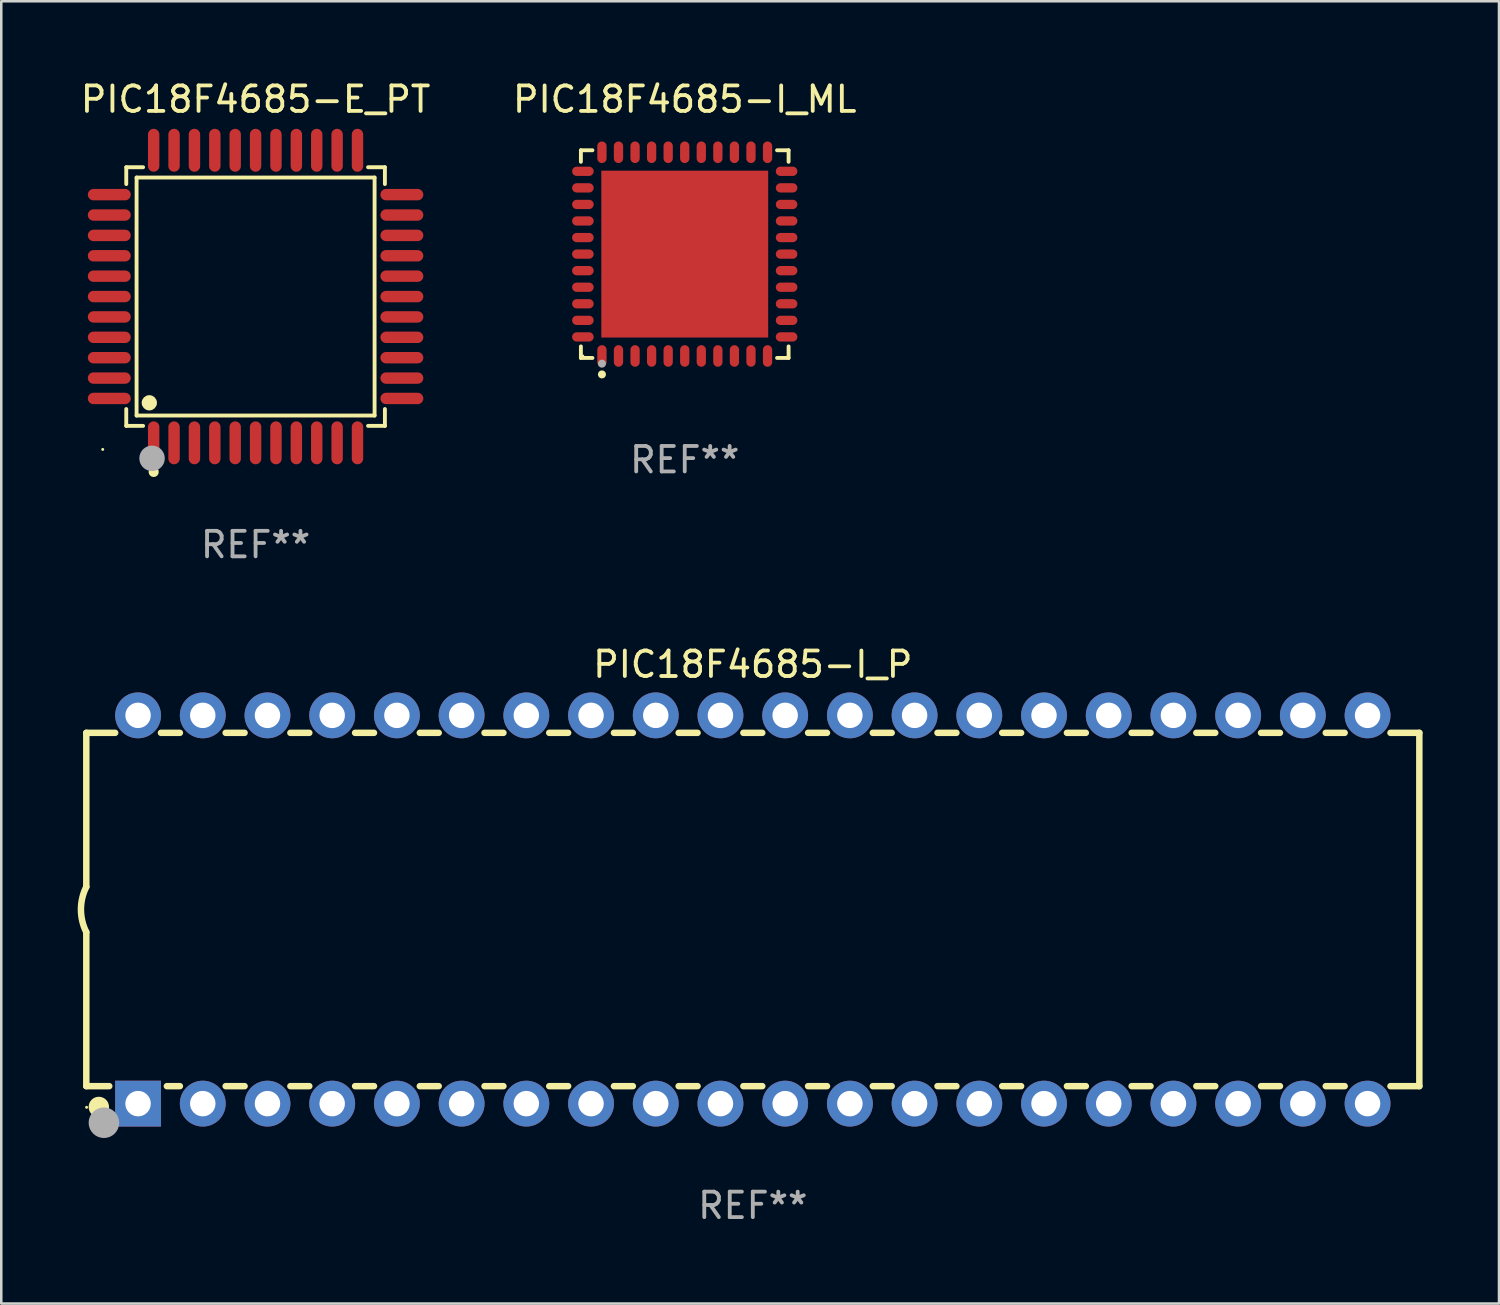
<source format=kicad_pcb>
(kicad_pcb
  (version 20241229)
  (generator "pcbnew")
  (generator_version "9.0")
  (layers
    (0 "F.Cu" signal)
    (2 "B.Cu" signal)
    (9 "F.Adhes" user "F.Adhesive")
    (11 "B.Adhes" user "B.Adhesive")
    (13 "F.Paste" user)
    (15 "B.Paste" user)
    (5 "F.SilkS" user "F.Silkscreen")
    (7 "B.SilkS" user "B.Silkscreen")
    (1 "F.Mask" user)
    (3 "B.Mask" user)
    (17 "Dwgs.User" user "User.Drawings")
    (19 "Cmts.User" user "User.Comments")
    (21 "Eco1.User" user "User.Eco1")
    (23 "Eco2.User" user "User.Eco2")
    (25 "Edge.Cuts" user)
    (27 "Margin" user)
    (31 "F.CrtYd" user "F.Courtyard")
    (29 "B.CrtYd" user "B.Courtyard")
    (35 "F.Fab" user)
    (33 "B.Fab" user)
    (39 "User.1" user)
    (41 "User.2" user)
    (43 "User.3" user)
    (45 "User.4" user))
  (footprint "PIC18F4685-E_PT"
    (layer "F.Cu")
    (at 6.982 8.59)
    (property "Reference" "PIC18F4685-E_PT" (at 0 -7.742 0) (layer "F.SilkS") (effects (font (size 1 1) (thickness 0.15))))
    (attr through_hole)
    (fp_line (start -5.076 -5.076) (end -4.415 -5.076) (stroke (width 0.152) (type solid)) (layer "F.SilkS"))
    (fp_line (start -5.076 -4.415) (end -5.076 -5.076) (stroke (width 0.152) (type solid)) (layer "F.SilkS"))
    (fp_line (start -5.076 4.415) (end -5.076 5.076) (stroke (width 0.152) (type solid)) (layer "F.SilkS"))
    (fp_line (start -5.076 5.076) (end -4.415 5.076) (stroke (width 0.152) (type solid)) (layer "F.SilkS"))
    (fp_line (start -4.671 -4.671) (end 4.671 -4.671) (stroke (width 0.152) (type solid)) (layer "F.SilkS"))
    (fp_line (start -4.671 4.671) (end -4.671 -4.671) (stroke (width 0.152) (type solid)) (layer "F.SilkS"))
    (fp_line (start 4.671 -4.671) (end 4.671 4.671) (stroke (width 0.152) (type solid)) (layer "F.SilkS"))
    (fp_line (start 4.671 4.671) (end -4.671 4.671) (stroke (width 0.152) (type solid)) (layer "F.SilkS"))
    (fp_line (start 5.076 -5.076) (end 4.415 -5.076) (stroke (width 0.152) (type solid)) (layer "F.SilkS"))
    (fp_line (start 5.076 -4.415) (end 5.076 -5.076) (stroke (width 0.152) (type solid)) (layer "F.SilkS"))
    (fp_line (start 5.076 4.415) (end 5.076 5.076) (stroke (width 0.152) (type solid)) (layer "F.SilkS"))
    (fp_line (start 5.076 5.076) (end 4.415 5.076) (stroke (width 0.152) (type solid)) (layer "F.SilkS"))
    (fp_circle (center -6 6) (end -5.97 6) (stroke (width 0.06) (type solid)) (fill no) (layer "F.SilkS"))
    (fp_circle (center -4.171 4.171) (end -4.021 4.171) (stroke (width 0.3) (type solid)) (fill no) (layer "F.SilkS"))
    (fp_circle (center -4 6.884) (end -3.9 6.884) (stroke (width 0.2) (type solid)) (fill no) (layer "F.SilkS"))
    (fp_circle (center -4.064 6.35) (end -3.814 6.35) (stroke (width 0.5) (type solid)) (fill no) (layer "F.Fab"))
    (fp_text user "REF**" (at 0 9.742 0) (layer "F.Fab") (effects (font (size 1 1) (thickness 0.15))))
    (pad "1" smd oval (at -4 5.742) (size 0.448 1.684) (layers "F.Cu" "F.Mask" "F.Paste"))
    (pad "2" smd oval (at -3.2 5.742) (size 0.448 1.684) (layers "F.Cu" "F.Mask" "F.Paste"))
    (pad "3" smd oval (at -2.4 5.742) (size 0.448 1.684) (layers "F.Cu" "F.Mask" "F.Paste"))
    (pad "4" smd oval (at -1.6 5.742) (size 0.448 1.684) (layers "F.Cu" "F.Mask" "F.Paste"))
    (pad "5" smd oval (at -0.8 5.742) (size 0.448 1.684) (layers "F.Cu" "F.Mask" "F.Paste"))
    (pad "6" smd oval (at 0 5.742) (size 0.448 1.684) (layers "F.Cu" "F.Mask" "F.Paste"))
    (pad "7" smd oval (at 0.8 5.742) (size 0.448 1.684) (layers "F.Cu" "F.Mask" "F.Paste"))
    (pad "8" smd oval (at 1.6 5.742) (size 0.448 1.684) (layers "F.Cu" "F.Mask" "F.Paste"))
    (pad "9" smd oval (at 2.4 5.742) (size 0.448 1.684) (layers "F.Cu" "F.Mask" "F.Paste"))
    (pad "10" smd oval (at 3.2 5.742) (size 0.448 1.684) (layers "F.Cu" "F.Mask" "F.Paste"))
    (pad "11" smd oval (at 4 5.742) (size 0.448 1.684) (layers "F.Cu" "F.Mask" "F.Paste"))
    (pad "12" smd oval (at 5.742 4) (size 1.684 0.448) (layers "F.Cu" "F.Mask" "F.Paste"))
    (pad "13" smd oval (at 5.742 3.2) (size 1.684 0.448) (layers "F.Cu" "F.Mask" "F.Paste"))
    (pad "14" smd oval (at 5.742 2.4) (size 1.684 0.448) (layers "F.Cu" "F.Mask" "F.Paste"))
    (pad "15" smd oval (at 5.742 1.6) (size 1.684 0.448) (layers "F.Cu" "F.Mask" "F.Paste"))
    (pad "16" smd oval (at 5.742 0.8) (size 1.684 0.448) (layers "F.Cu" "F.Mask" "F.Paste"))
    (pad "17" smd oval (at 5.742 0) (size 1.684 0.448) (layers "F.Cu" "F.Mask" "F.Paste"))
    (pad "18" smd oval (at 5.742 -0.8) (size 1.684 0.448) (layers "F.Cu" "F.Mask" "F.Paste"))
    (pad "19" smd oval (at 5.742 -1.6) (size 1.684 0.448) (layers "F.Cu" "F.Mask" "F.Paste"))
    (pad "20" smd oval (at 5.742 -2.4) (size 1.684 0.448) (layers "F.Cu" "F.Mask" "F.Paste"))
    (pad "21" smd oval (at 5.742 -3.2) (size 1.684 0.448) (layers "F.Cu" "F.Mask" "F.Paste"))
    (pad "22" smd oval (at 5.742 -4) (size 1.684 0.448) (layers "F.Cu" "F.Mask" "F.Paste"))
    (pad "23" smd oval (at 4 -5.742) (size 0.448 1.684) (layers "F.Cu" "F.Mask" "F.Paste"))
    (pad "24" smd oval (at 3.2 -5.742) (size 0.448 1.684) (layers "F.Cu" "F.Mask" "F.Paste"))
    (pad "25" smd oval (at 2.4 -5.742) (size 0.448 1.684) (layers "F.Cu" "F.Mask" "F.Paste"))
    (pad "26" smd oval (at 1.6 -5.742) (size 0.448 1.684) (layers "F.Cu" "F.Mask" "F.Paste"))
    (pad "27" smd oval (at 0.8 -5.742) (size 0.448 1.684) (layers "F.Cu" "F.Mask" "F.Paste"))
    (pad "28" smd oval (at 0 -5.742) (size 0.448 1.684) (layers "F.Cu" "F.Mask" "F.Paste"))
    (pad "29" smd oval (at -0.8 -5.742) (size 0.448 1.684) (layers "F.Cu" "F.Mask" "F.Paste"))
    (pad "30" smd oval (at -1.6 -5.742) (size 0.448 1.684) (layers "F.Cu" "F.Mask" "F.Paste"))
    (pad "31" smd oval (at -2.4 -5.742) (size 0.448 1.684) (layers "F.Cu" "F.Mask" "F.Paste"))
    (pad "32" smd oval (at -3.2 -5.742) (size 0.448 1.684) (layers "F.Cu" "F.Mask" "F.Paste"))
    (pad "33" smd oval (at -4 -5.742) (size 0.448 1.684) (layers "F.Cu" "F.Mask" "F.Paste"))
    (pad "34" smd oval (at -5.742 -4) (size 1.684 0.448) (layers "F.Cu" "F.Mask" "F.Paste"))
    (pad "35" smd oval (at -5.742 -3.2) (size 1.684 0.448) (layers "F.Cu" "F.Mask" "F.Paste"))
    (pad "36" smd oval (at -5.742 -2.4) (size 1.684 0.448) (layers "F.Cu" "F.Mask" "F.Paste"))
    (pad "37" smd oval (at -5.742 -1.6) (size 1.684 0.448) (layers "F.Cu" "F.Mask" "F.Paste"))
    (pad "38" smd oval (at -5.742 -0.8) (size 1.684 0.448) (layers "F.Cu" "F.Mask" "F.Paste"))
    (pad "39" smd oval (at -5.742 0) (size 1.684 0.448) (layers "F.Cu" "F.Mask" "F.Paste"))
    (pad "40" smd oval (at -5.742 0.8) (size 1.684 0.448) (layers "F.Cu" "F.Mask" "F.Paste"))
    (pad "41" smd oval (at -5.742 1.6) (size 1.684 0.448) (layers "F.Cu" "F.Mask" "F.Paste"))
    (pad "42" smd oval (at -5.742 2.4) (size 1.684 0.448) (layers "F.Cu" "F.Mask" "F.Paste"))
    (pad "43" smd oval (at -5.742 3.2) (size 1.684 0.448) (layers "F.Cu" "F.Mask" "F.Paste"))
    (pad "44" smd oval (at -5.742 4) (size 1.684 0.448) (layers "F.Cu" "F.Mask" "F.Paste")))
  (footprint "PIC18F4685-I_P"
    (layer "F.Cu")
    (at 26.499 32.649)
    (property "Reference" "PIC18F4685-I_P" (at 0 -9.62 0) (layer "F.SilkS") (effects (font (size 1 1) (thickness 0.15))))
    (attr through_hole)
    (fp_line (start -26.162 -6.934) (end -26.162 -0.889) (stroke (width 0.254) (type solid)) (layer "F.SilkS"))
    (fp_line (start -26.162 -6.934) (end -25.029 -6.934) (stroke (width 0.254) (type solid)) (layer "F.SilkS"))
    (fp_line (start -26.162 6.934) (end -26.162 0.889) (stroke (width 0.254) (type solid)) (layer "F.SilkS"))
    (fp_line (start -26.162 6.934) (end -25.261 6.934) (stroke (width 0.254) (type solid)) (layer "F.SilkS"))
    (fp_line (start -23.231 -6.934) (end -22.489 -6.934) (stroke (width 0.254) (type solid)) (layer "F.SilkS"))
    (fp_line (start -22.999 6.934) (end -22.489 6.934) (stroke (width 0.254) (type solid)) (layer "F.SilkS"))
    (fp_line (start -20.691 -6.934) (end -19.949 -6.934) (stroke (width 0.254) (type solid)) (layer "F.SilkS"))
    (fp_line (start -20.691 6.934) (end -19.949 6.934) (stroke (width 0.254) (type solid)) (layer "F.SilkS"))
    (fp_line (start -18.151 -6.934) (end -17.409 -6.934) (stroke (width 0.254) (type solid)) (layer "F.SilkS"))
    (fp_line (start -18.151 6.934) (end -17.409 6.934) (stroke (width 0.254) (type solid)) (layer "F.SilkS"))
    (fp_line (start -15.611 -6.934) (end -14.869 -6.934) (stroke (width 0.254) (type solid)) (layer "F.SilkS"))
    (fp_line (start -15.611 6.934) (end -14.869 6.934) (stroke (width 0.254) (type solid)) (layer "F.SilkS"))
    (fp_line (start -13.071 -6.934) (end -12.329 -6.934) (stroke (width 0.254) (type solid)) (layer "F.SilkS"))
    (fp_line (start -13.071 6.934) (end -12.329 6.934) (stroke (width 0.254) (type solid)) (layer "F.SilkS"))
    (fp_line (start -10.531 -6.934) (end -9.789 -6.934) (stroke (width 0.254) (type solid)) (layer "F.SilkS"))
    (fp_line (start -10.531 6.934) (end -9.789 6.934) (stroke (width 0.254) (type solid)) (layer "F.SilkS"))
    (fp_line (start -7.991 -6.934) (end -7.249 -6.934) (stroke (width 0.254) (type solid)) (layer "F.SilkS"))
    (fp_line (start -7.991 6.934) (end -7.249 6.934) (stroke (width 0.254) (type solid)) (layer "F.SilkS"))
    (fp_line (start -5.451 -6.934) (end -4.709 -6.934) (stroke (width 0.254) (type solid)) (layer "F.SilkS"))
    (fp_line (start -5.451 6.934) (end -4.709 6.934) (stroke (width 0.254) (type solid)) (layer "F.SilkS"))
    (fp_line (start -2.911 -6.934) (end -2.169 -6.934) (stroke (width 0.254) (type solid)) (layer "F.SilkS"))
    (fp_line (start -2.911 6.934) (end -2.169 6.934) (stroke (width 0.254) (type solid)) (layer "F.SilkS"))
    (fp_line (start -0.371 -6.934) (end 0.371 -6.934) (stroke (width 0.254) (type solid)) (layer "F.SilkS"))
    (fp_line (start -0.371 6.934) (end 0.371 6.934) (stroke (width 0.254) (type solid)) (layer "F.SilkS"))
    (fp_line (start 2.169 -6.934) (end 2.911 -6.934) (stroke (width 0.254) (type solid)) (layer "F.SilkS"))
    (fp_line (start 2.169 6.934) (end 2.911 6.934) (stroke (width 0.254) (type solid)) (layer "F.SilkS"))
    (fp_line (start 4.709 -6.934) (end 5.451 -6.934) (stroke (width 0.254) (type solid)) (layer "F.SilkS"))
    (fp_line (start 4.709 6.934) (end 5.451 6.934) (stroke (width 0.254) (type solid)) (layer "F.SilkS"))
    (fp_line (start 7.249 -6.934) (end 7.991 -6.934) (stroke (width 0.254) (type solid)) (layer "F.SilkS"))
    (fp_line (start 7.249 6.934) (end 7.991 6.934) (stroke (width 0.254) (type solid)) (layer "F.SilkS"))
    (fp_line (start 9.789 -6.934) (end 10.531 -6.934) (stroke (width 0.254) (type solid)) (layer "F.SilkS"))
    (fp_line (start 9.789 6.934) (end 10.531 6.934) (stroke (width 0.254) (type solid)) (layer "F.SilkS"))
    (fp_line (start 12.329 -6.934) (end 13.071 -6.934) (stroke (width 0.254) (type solid)) (layer "F.SilkS"))
    (fp_line (start 12.329 6.934) (end 13.071 6.934) (stroke (width 0.254) (type solid)) (layer "F.SilkS"))
    (fp_line (start 14.869 -6.934) (end 15.611 -6.934) (stroke (width 0.254) (type solid)) (layer "F.SilkS"))
    (fp_line (start 14.869 6.934) (end 15.611 6.934) (stroke (width 0.254) (type solid)) (layer "F.SilkS"))
    (fp_line (start 17.409 -6.934) (end 18.151 -6.934) (stroke (width 0.254) (type solid)) (layer "F.SilkS"))
    (fp_line (start 17.409 6.934) (end 18.151 6.934) (stroke (width 0.254) (type solid)) (layer "F.SilkS"))
    (fp_line (start 19.949 -6.934) (end 20.691 -6.934) (stroke (width 0.254) (type solid)) (layer "F.SilkS"))
    (fp_line (start 19.949 6.934) (end 20.691 6.934) (stroke (width 0.254) (type solid)) (layer "F.SilkS"))
    (fp_line (start 22.489 -6.934) (end 23.231 -6.934) (stroke (width 0.254) (type solid)) (layer "F.SilkS"))
    (fp_line (start 22.489 6.934) (end 23.231 6.934) (stroke (width 0.254) (type solid)) (layer "F.SilkS"))
    (fp_line (start 25.029 -6.934) (end 26.162 -6.934) (stroke (width 0.254) (type solid)) (layer "F.SilkS"))
    (fp_line (start 25.029 6.934) (end 26.162 6.934) (stroke (width 0.254) (type solid)) (layer "F.SilkS"))
    (fp_line (start 26.162 -6.934) (end 26.162 6.934) (stroke (width 0.254) (type solid)) (layer "F.SilkS"))
    (fp_arc (start -26.162052 0.889001) (mid -26.371917 0) (end -26.162052 -0.889002) (stroke (width 0.254001) (type solid)) (layer "F.SilkS"))
    (fp_circle (center -26.15 7.765) (end -26.12 7.765) (stroke (width 0.06) (type solid)) (fill no) (layer "F.SilkS"))
    (fp_circle (center -25.67 7.75) (end -25.47 7.75) (stroke (width 0.4) (type solid)) (fill no) (layer "F.SilkS"))
    (fp_circle (center -25.47 8.37) (end -25.17 8.37) (stroke (width 0.6) (type solid)) (fill no) (layer "F.Fab"))
    (fp_text user "REF**" (at 0 11.62 0) (layer "F.Fab") (effects (font (size 1 1) (thickness 0.15))))
    (pad "1" thru_hole rect (at -24.13 7.62) (size 1.8 1.8) (drill 1) (layers "*.Cu" "*.Mask"))
    (pad "2" thru_hole circle (at -21.59 7.62) (size 1.8 1.8) (drill 1) (layers "*.Cu" "*.Mask"))
    (pad "3" thru_hole circle (at -19.05 7.62) (size 1.8 1.8) (drill 1) (layers "*.Cu" "*.Mask"))
    (pad "4" thru_hole circle (at -16.51 7.62) (size 1.8 1.8) (drill 1) (layers "*.Cu" "*.Mask"))
    (pad "5" thru_hole circle (at -13.97 7.62) (size 1.8 1.8) (drill 1) (layers "*.Cu" "*.Mask"))
    (pad "6" thru_hole circle (at -11.43 7.62) (size 1.8 1.8) (drill 1) (layers "*.Cu" "*.Mask"))
    (pad "7" thru_hole circle (at -8.89 7.62) (size 1.8 1.8) (drill 1) (layers "*.Cu" "*.Mask"))
    (pad "8" thru_hole circle (at -6.35 7.62) (size 1.8 1.8) (drill 1) (layers "*.Cu" "*.Mask"))
    (pad "9" thru_hole circle (at -3.81 7.62) (size 1.8 1.8) (drill 1) (layers "*.Cu" "*.Mask"))
    (pad "10" thru_hole circle (at -1.27 7.62) (size 1.8 1.8) (drill 1) (layers "*.Cu" "*.Mask"))
    (pad "11" thru_hole circle (at 1.27 7.62) (size 1.8 1.8) (drill 1) (layers "*.Cu" "*.Mask"))
    (pad "12" thru_hole circle (at 3.81 7.62) (size 1.8 1.8) (drill 1) (layers "*.Cu" "*.Mask"))
    (pad "13" thru_hole circle (at 6.35 7.62) (size 1.8 1.8) (drill 1) (layers "*.Cu" "*.Mask"))
    (pad "14" thru_hole circle (at 8.89 7.62) (size 1.8 1.8) (drill 1) (layers "*.Cu" "*.Mask"))
    (pad "15" thru_hole circle (at 11.43 7.62) (size 1.8 1.8) (drill 1) (layers "*.Cu" "*.Mask"))
    (pad "16" thru_hole circle (at 13.97 7.62) (size 1.8 1.8) (drill 1) (layers "*.Cu" "*.Mask"))
    (pad "17" thru_hole circle (at 16.51 7.62) (size 1.8 1.8) (drill 1) (layers "*.Cu" "*.Mask"))
    (pad "18" thru_hole circle (at 19.05 7.62) (size 1.8 1.8) (drill 1) (layers "*.Cu" "*.Mask"))
    (pad "19" thru_hole circle (at 21.59 7.62) (size 1.8 1.8) (drill 1) (layers "*.Cu" "*.Mask"))
    (pad "20" thru_hole circle (at 24.13 7.62) (size 1.8 1.8) (drill 1) (layers "*.Cu" "*.Mask"))
    (pad "21" thru_hole circle (at 24.13 -7.62) (size 1.8 1.8) (drill 1) (layers "*.Cu" "*.Mask"))
    (pad "22" thru_hole circle (at 21.59 -7.62) (size 1.8 1.8) (drill 1) (layers "*.Cu" "*.Mask"))
    (pad "23" thru_hole circle (at 19.05 -7.62) (size 1.8 1.8) (drill 1) (layers "*.Cu" "*.Mask"))
    (pad "24" thru_hole circle (at 16.51 -7.62) (size 1.8 1.8) (drill 1) (layers "*.Cu" "*.Mask"))
    (pad "25" thru_hole circle (at 13.97 -7.62) (size 1.8 1.8) (drill 1) (layers "*.Cu" "*.Mask"))
    (pad "26" thru_hole circle (at 11.43 -7.62) (size 1.8 1.8) (drill 1) (layers "*.Cu" "*.Mask"))
    (pad "27" thru_hole circle (at 8.89 -7.62) (size 1.8 1.8) (drill 1) (layers "*.Cu" "*.Mask"))
    (pad "28" thru_hole circle (at 6.35 -7.62) (size 1.8 1.8) (drill 1) (layers "*.Cu" "*.Mask"))
    (pad "29" thru_hole circle (at 3.81 -7.62) (size 1.8 1.8) (drill 1) (layers "*.Cu" "*.Mask"))
    (pad "30" thru_hole circle (at 1.27 -7.62) (size 1.8 1.8) (drill 1) (layers "*.Cu" "*.Mask"))
    (pad "31" thru_hole circle (at -1.27 -7.62) (size 1.8 1.8) (drill 1) (layers "*.Cu" "*.Mask"))
    (pad "32" thru_hole circle (at -3.81 -7.62) (size 1.8 1.8) (drill 1) (layers "*.Cu" "*.Mask"))
    (pad "33" thru_hole circle (at -6.35 -7.62) (size 1.8 1.8) (drill 1) (layers "*.Cu" "*.Mask"))
    (pad "34" thru_hole circle (at -8.89 -7.62) (size 1.8 1.8) (drill 1) (layers "*.Cu" "*.Mask"))
    (pad "35" thru_hole circle (at -11.43 -7.62) (size 1.8 1.8) (drill 1) (layers "*.Cu" "*.Mask"))
    (pad "36" thru_hole circle (at -13.97 -7.62) (size 1.8 1.8) (drill 1) (layers "*.Cu" "*.Mask"))
    (pad "37" thru_hole circle (at -16.51 -7.62) (size 1.8 1.8) (drill 1) (layers "*.Cu" "*.Mask"))
    (pad "38" thru_hole circle (at -19.05 -7.62) (size 1.8 1.8) (drill 1) (layers "*.Cu" "*.Mask"))
    (pad "39" thru_hole circle (at -21.59 -7.62) (size 1.8 1.8) (drill 1) (layers "*.Cu" "*.Mask"))
    (pad "40" thru_hole circle (at -24.13 -7.62) (size 1.8 1.8) (drill 1) (layers "*.Cu" "*.Mask")))
  (footprint "PIC18F4685-I_ML"
    (layer "F.Cu")
    (at 23.827 6.924)
    (property "Reference" "PIC18F4685-I_ML" (at 0 -6.076 0) (layer "F.SilkS") (effects (font (size 1 1) (thickness 0.15))))
    (attr through_hole)
    (fp_line (start -4.076 -4.076) (end -3.623 -4.076) (stroke (width 0.152) (type solid)) (layer "F.SilkS"))
    (fp_line (start -4.076 -3.623) (end -4.076 -4.076) (stroke (width 0.152) (type solid)) (layer "F.SilkS"))
    (fp_line (start -4.076 3.623) (end -4.076 4.076) (stroke (width 0.152) (type solid)) (layer "F.SilkS"))
    (fp_line (start -4.076 4.076) (end -3.623 4.076) (stroke (width 0.152) (type solid)) (layer "F.SilkS"))
    (fp_line (start 4.076 -4.076) (end 3.623 -4.076) (stroke (width 0.152) (type solid)) (layer "F.SilkS"))
    (fp_line (start 4.076 -3.623) (end 4.076 -4.076) (stroke (width 0.152) (type solid)) (layer "F.SilkS"))
    (fp_line (start 4.076 3.623) (end 4.076 4.076) (stroke (width 0.152) (type solid)) (layer "F.SilkS"))
    (fp_line (start 4.076 4.076) (end 3.623 4.076) (stroke (width 0.152) (type solid)) (layer "F.SilkS"))
    (fp_circle (center -4 4) (end -3.97 4) (stroke (width 0.06) (type solid)) (fill no) (layer "F.SilkS"))
    (fp_circle (center -3.25 4.722) (end -3.171 4.722) (stroke (width 0.158) (type solid)) (fill no) (layer "F.SilkS"))
    (fp_circle (center -3.25 4.3) (end -3.171 4.3) (stroke (width 0.158) (type solid)) (fill no) (layer "F.Fab"))
    (fp_text user "REF**" (at 0 8.076 0) (layer "F.Fab") (effects (font (size 1 1) (thickness 0.15))))
    (pad "1" smd oval (at -3.25 3.998) (size 0.364 0.847) (layers "F.Cu" "F.Mask" "F.Paste"))
    (pad "2" smd oval (at -2.6 3.998) (size 0.364 0.847) (layers "F.Cu" "F.Mask" "F.Paste"))
    (pad "3" smd oval (at -1.95 3.998) (size 0.364 0.847) (layers "F.Cu" "F.Mask" "F.Paste"))
    (pad "4" smd oval (at -1.3 3.998) (size 0.364 0.847) (layers "F.Cu" "F.Mask" "F.Paste"))
    (pad "5" smd oval (at -0.65 3.998) (size 0.364 0.847) (layers "F.Cu" "F.Mask" "F.Paste"))
    (pad "6" smd oval (at 0 3.998) (size 0.364 0.847) (layers "F.Cu" "F.Mask" "F.Paste"))
    (pad "7" smd oval (at 0.65 3.998) (size 0.364 0.847) (layers "F.Cu" "F.Mask" "F.Paste"))
    (pad "8" smd oval (at 1.3 3.998) (size 0.364 0.847) (layers "F.Cu" "F.Mask" "F.Paste"))
    (pad "9" smd oval (at 1.95 3.998) (size 0.364 0.847) (layers "F.Cu" "F.Mask" "F.Paste"))
    (pad "10" smd oval (at 2.6 3.998) (size 0.364 0.847) (layers "F.Cu" "F.Mask" "F.Paste"))
    (pad "11" smd oval (at 3.25 3.998) (size 0.364 0.847) (layers "F.Cu" "F.Mask" "F.Paste"))
    (pad "12" smd oval (at 3.998 3.25) (size 0.847 0.364) (layers "F.Cu" "F.Mask" "F.Paste"))
    (pad "13" smd oval (at 3.998 2.6) (size 0.847 0.364) (layers "F.Cu" "F.Mask" "F.Paste"))
    (pad "14" smd oval (at 3.998 1.95) (size 0.847 0.364) (layers "F.Cu" "F.Mask" "F.Paste"))
    (pad "15" smd oval (at 3.998 1.3) (size 0.847 0.364) (layers "F.Cu" "F.Mask" "F.Paste"))
    (pad "16" smd oval (at 3.998 0.65) (size 0.847 0.364) (layers "F.Cu" "F.Mask" "F.Paste"))
    (pad "17" smd oval (at 3.998 0) (size 0.847 0.364) (layers "F.Cu" "F.Mask" "F.Paste"))
    (pad "18" smd oval (at 3.998 -0.65) (size 0.847 0.364) (layers "F.Cu" "F.Mask" "F.Paste"))
    (pad "19" smd oval (at 3.998 -1.3) (size 0.847 0.364) (layers "F.Cu" "F.Mask" "F.Paste"))
    (pad "20" smd oval (at 3.998 -1.95) (size 0.847 0.364) (layers "F.Cu" "F.Mask" "F.Paste"))
    (pad "21" smd oval (at 3.998 -2.6) (size 0.847 0.364) (layers "F.Cu" "F.Mask" "F.Paste"))
    (pad "22" smd oval (at 3.998 -3.25) (size 0.847 0.364) (layers "F.Cu" "F.Mask" "F.Paste"))
    (pad "23" smd oval (at 3.25 -3.998) (size 0.364 0.847) (layers "F.Cu" "F.Mask" "F.Paste"))
    (pad "24" smd oval (at 2.6 -3.998) (size 0.364 0.847) (layers "F.Cu" "F.Mask" "F.Paste"))
    (pad "25" smd oval (at 1.95 -3.998) (size 0.364 0.847) (layers "F.Cu" "F.Mask" "F.Paste"))
    (pad "26" smd oval (at 1.3 -3.998) (size 0.364 0.847) (layers "F.Cu" "F.Mask" "F.Paste"))
    (pad "27" smd oval (at 0.65 -3.998) (size 0.364 0.847) (layers "F.Cu" "F.Mask" "F.Paste"))
    (pad "28" smd oval (at 0 -3.998) (size 0.364 0.847) (layers "F.Cu" "F.Mask" "F.Paste"))
    (pad "29" smd oval (at -0.65 -3.998) (size 0.364 0.847) (layers "F.Cu" "F.Mask" "F.Paste"))
    (pad "30" smd oval (at -1.3 -3.998) (size 0.364 0.847) (layers "F.Cu" "F.Mask" "F.Paste"))
    (pad "31" smd oval (at -1.95 -3.998) (size 0.364 0.847) (layers "F.Cu" "F.Mask" "F.Paste"))
    (pad "32" smd oval (at -2.6 -3.998) (size 0.364 0.847) (layers "F.Cu" "F.Mask" "F.Paste"))
    (pad "33" smd oval (at -3.25 -3.998) (size 0.364 0.847) (layers "F.Cu" "F.Mask" "F.Paste"))
    (pad "34" smd oval (at -3.998 -3.25) (size 0.847 0.364) (layers "F.Cu" "F.Mask" "F.Paste"))
    (pad "35" smd oval (at -3.998 -2.6) (size 0.847 0.364) (layers "F.Cu" "F.Mask" "F.Paste"))
    (pad "36" smd oval (at -3.998 -1.95) (size 0.847 0.364) (layers "F.Cu" "F.Mask" "F.Paste"))
    (pad "37" smd oval (at -3.998 -1.3) (size 0.847 0.364) (layers "F.Cu" "F.Mask" "F.Paste"))
    (pad "38" smd oval (at -3.998 -0.65) (size 0.847 0.364) (layers "F.Cu" "F.Mask" "F.Paste"))
    (pad "39" smd oval (at -3.998 0) (size 0.847 0.364) (layers "F.Cu" "F.Mask" "F.Paste"))
    (pad "40" smd oval (at -3.998 0.65) (size 0.847 0.364) (layers "F.Cu" "F.Mask" "F.Paste"))
    (pad "41" smd oval (at -3.998 1.3) (size 0.847 0.364) (layers "F.Cu" "F.Mask" "F.Paste"))
    (pad "42" smd oval (at -3.998 1.95) (size 0.847 0.364) (layers "F.Cu" "F.Mask" "F.Paste"))
    (pad "43" smd oval (at -3.998 2.6) (size 0.847 0.364) (layers "F.Cu" "F.Mask" "F.Paste"))
    (pad "44" smd oval (at -3.998 3.25) (size 0.847 0.364) (layers "F.Cu" "F.Mask" "F.Paste"))
    (pad "45" smd rect (at 0 0) (size 6.55 6.55) (layers "F.Cu" "F.Mask" "F.Paste")))
  (gr_rect
    (start -3 -3)
    (end 55.788 48.117)
    (stroke (width 0.1) (type default))
    (fill no)
    (layer "Edge.Cuts")))
</source>
